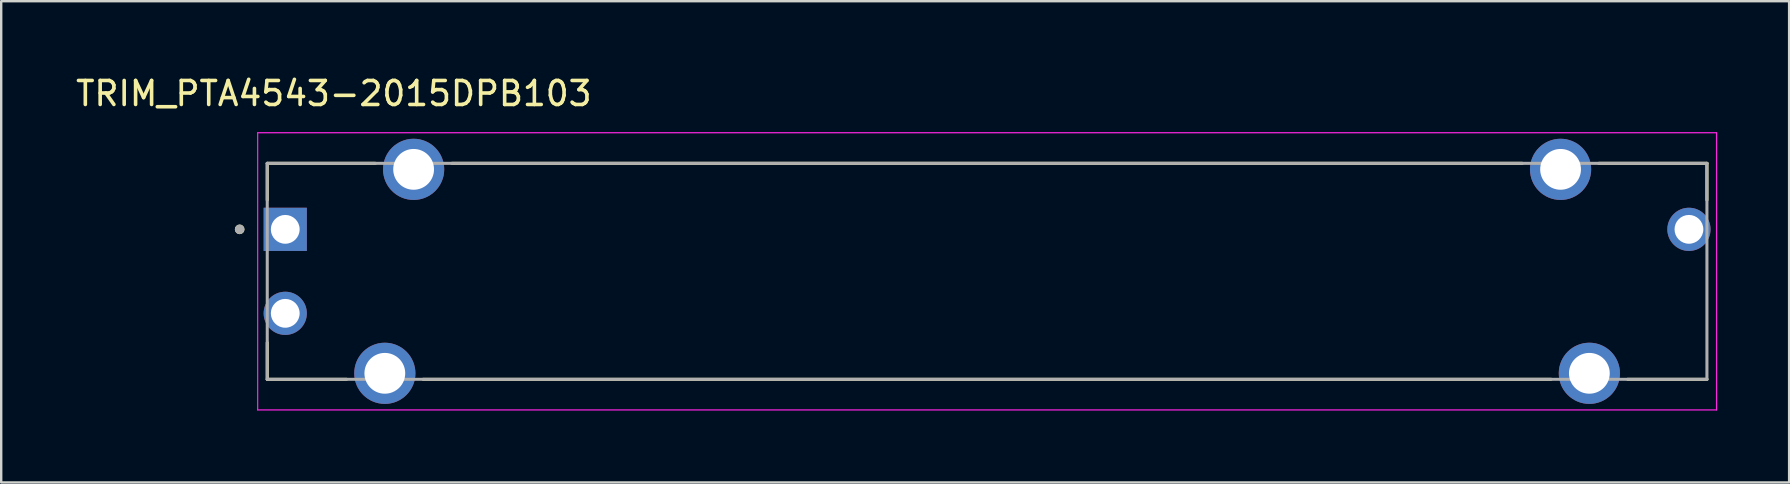
<source format=kicad_pcb>
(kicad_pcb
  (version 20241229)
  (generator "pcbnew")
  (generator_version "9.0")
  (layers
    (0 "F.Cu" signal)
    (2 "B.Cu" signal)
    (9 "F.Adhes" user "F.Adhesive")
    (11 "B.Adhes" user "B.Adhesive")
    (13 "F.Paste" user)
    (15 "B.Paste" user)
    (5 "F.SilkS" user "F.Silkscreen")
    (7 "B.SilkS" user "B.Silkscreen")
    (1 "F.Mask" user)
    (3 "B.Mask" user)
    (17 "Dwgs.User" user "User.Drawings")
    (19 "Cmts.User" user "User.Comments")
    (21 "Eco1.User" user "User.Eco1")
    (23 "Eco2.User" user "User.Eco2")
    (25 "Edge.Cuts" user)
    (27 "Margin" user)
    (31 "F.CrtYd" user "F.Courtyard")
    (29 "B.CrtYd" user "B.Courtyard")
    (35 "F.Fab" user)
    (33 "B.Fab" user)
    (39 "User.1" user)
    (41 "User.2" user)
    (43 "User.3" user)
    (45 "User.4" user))
  (footprint "TRIM_PTA4543-2015DPB103"
    (layer "F.Cu")
    (at 38.088 8.258)
    (property "Reference" "TRIM_PTA4543-2015DPB103" (at -27.225 -7.41 0) (layer "F.SilkS") (effects (font (size 1 1) (thickness 0.15))))
    (attr through_hole)
    (fp_line (start -30 -4.5) (end -30 -2.97) (stroke (width 0.127) (type solid)) (layer "F.SilkS"))
    (fp_line (start -30 -4.5) (end -25.495 -4.5) (stroke (width 0.127) (type solid)) (layer "F.SilkS"))
    (fp_line (start -30 4.5) (end -30 2.97) (stroke (width 0.127) (type solid)) (layer "F.SilkS"))
    (fp_line (start -30 4.5) (end -26.695 4.5) (stroke (width 0.127) (type solid)) (layer "F.SilkS"))
    (fp_line (start -23.505 4.5) (end 23.505 4.5) (stroke (width 0.127) (type solid)) (layer "F.SilkS"))
    (fp_line (start -22.305 -4.5) (end 22.305 -4.5) (stroke (width 0.127) (type solid)) (layer "F.SilkS"))
    (fp_line (start 25.495 -4.5) (end 30 -4.5) (stroke (width 0.127) (type solid)) (layer "F.SilkS"))
    (fp_line (start 26.695 4.5) (end 30 4.5) (stroke (width 0.127) (type solid)) (layer "F.SilkS"))
    (fp_line (start 30 -4.5) (end 30 -2.97) (stroke (width 0.127) (type solid)) (layer "F.SilkS"))
    (fp_circle (center -31.15 -1.75) (end -31.05 -1.75) (stroke (width 0.2) (type solid)) (fill no) (layer "F.SilkS"))
    (fp_line (start -30.4 -5.775) (end -30.4 5.775) (stroke (width 0.05) (type solid)) (layer "F.CrtYd"))
    (fp_line (start -30.4 5.775) (end 30.4 5.775) (stroke (width 0.05) (type solid)) (layer "F.CrtYd"))
    (fp_line (start 30.4 -5.775) (end -30.4 -5.775) (stroke (width 0.05) (type solid)) (layer "F.CrtYd"))
    (fp_line (start 30.4 5.775) (end 30.4 -5.775) (stroke (width 0.05) (type solid)) (layer "F.CrtYd"))
    (fp_line (start -30 -4.5) (end -30 4.5) (stroke (width 0.127) (type solid)) (layer "F.Fab"))
    (fp_line (start -30 -4.5) (end 30 -4.5) (stroke (width 0.127) (type solid)) (layer "F.Fab"))
    (fp_line (start -30 4.5) (end 30 4.5) (stroke (width 0.127) (type solid)) (layer "F.Fab"))
    (fp_line (start 30 -4.5) (end 30 4.5) (stroke (width 0.127) (type solid)) (layer "F.Fab"))
    (fp_circle (center -31.15 -1.75) (end -31.05 -1.75) (stroke (width 0.2) (type solid)) (fill no) (layer "F.Fab"))
    (pad "1" thru_hole rect (at -29.25 -1.75) (size 1.8 1.8) (drill 1.2) (layers "*.Cu" "*.Mask"))
    (pad "2" thru_hole circle (at -29.25 1.75) (size 1.8 1.8) (drill 1.2) (layers "*.Cu" "*.Mask"))
    (pad "3" thru_hole circle (at 29.25 -1.75) (size 1.8 1.8) (drill 1.2) (layers "*.Cu" "*.Mask"))
    (pad "S1" thru_hole circle (at -23.9 -4.25) (size 2.55 2.55) (drill 1.7) (layers "*.Cu" "*.Mask"))
    (pad "S2" thru_hole circle (at -25.1 4.25) (size 2.55 2.55) (drill 1.7) (layers "*.Cu" "*.Mask"))
    (pad "S3" thru_hole circle (at 23.9 -4.25) (size 2.55 2.55) (drill 1.7) (layers "*.Cu" "*.Mask"))
    (pad "S4" thru_hole circle (at 25.1 4.25) (size 2.55 2.55) (drill 1.7) (layers "*.Cu" "*.Mask")))
  (gr_rect
    (start -3 -3)
    (end 71.513 17.058)
    (stroke (width 0.1) (type default))
    (fill no)
    (layer "Edge.Cuts")))
</source>
